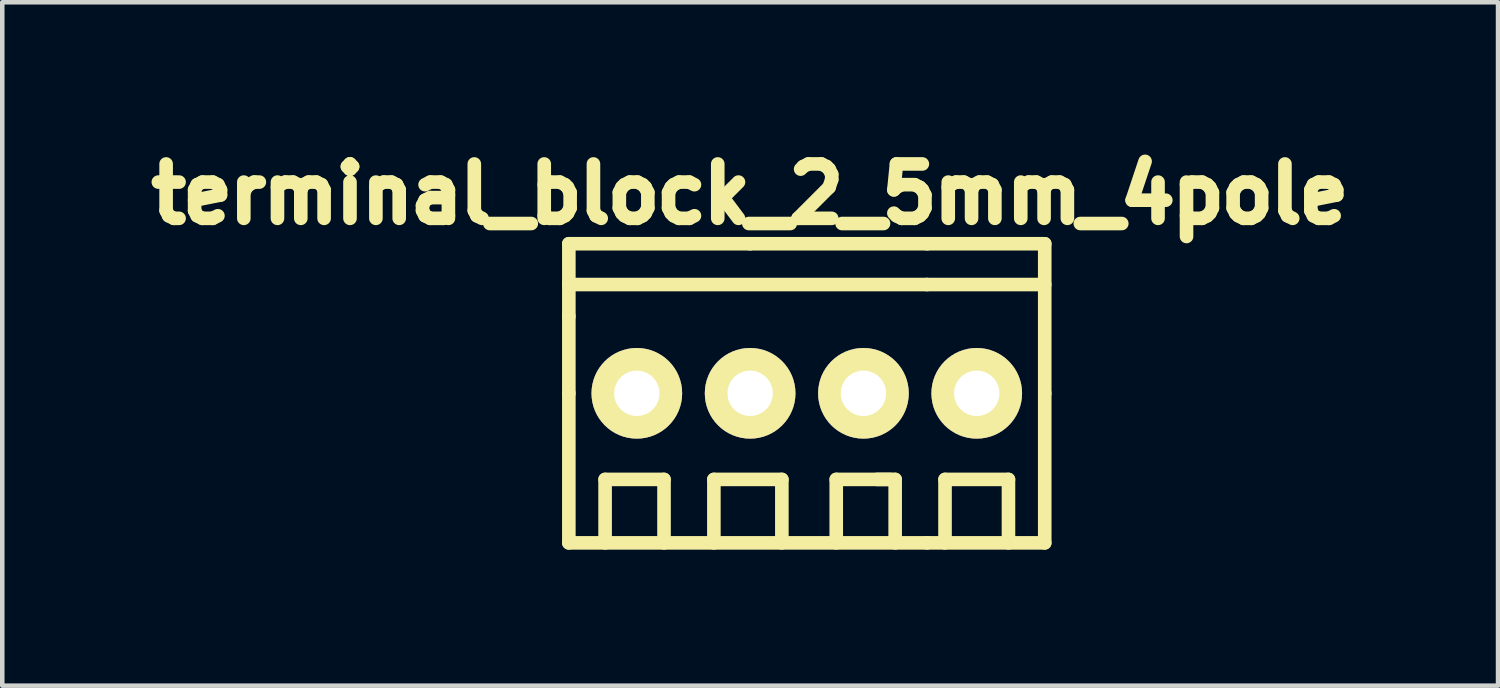
<source format=kicad_pcb>
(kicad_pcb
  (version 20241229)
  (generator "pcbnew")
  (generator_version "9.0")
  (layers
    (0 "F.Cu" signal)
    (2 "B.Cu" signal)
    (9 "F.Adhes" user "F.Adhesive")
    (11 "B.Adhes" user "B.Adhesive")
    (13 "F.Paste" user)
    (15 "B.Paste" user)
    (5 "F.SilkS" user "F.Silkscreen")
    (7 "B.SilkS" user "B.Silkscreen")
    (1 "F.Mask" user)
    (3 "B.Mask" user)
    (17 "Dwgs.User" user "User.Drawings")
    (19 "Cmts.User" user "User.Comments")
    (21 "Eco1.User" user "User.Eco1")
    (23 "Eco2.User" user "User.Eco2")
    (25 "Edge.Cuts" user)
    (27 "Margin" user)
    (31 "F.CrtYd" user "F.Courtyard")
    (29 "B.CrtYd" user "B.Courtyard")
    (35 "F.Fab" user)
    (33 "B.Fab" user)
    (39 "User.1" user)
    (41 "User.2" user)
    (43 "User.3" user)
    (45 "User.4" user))
  (footprint "terminal_block_2_5mm_4pole"
    (layer "F.Cu")
    (at 13.501 5.628)
    (property "Reference" "terminal_block_2_5mm_4pole" (at 0 -4.4 0) (layer "F.SilkS") (effects (font (size 1.2 1.2) (thickness 0.3))))
    (attr through_hole)
    (fp_line (start -4 -3.3) (end -4 -1.7) (stroke (width 0.3) (type solid)) (layer "F.SilkS"))
    (fp_line (start -4 -2.4) (end 3.9 -2.4) (stroke (width 0.3) (type solid)) (layer "F.SilkS"))
    (fp_line (start -4 0) (end -4 -1.7) (stroke (width 0.3) (type solid)) (layer "F.SilkS"))
    (fp_line (start -4 3.3) (end -4 0) (stroke (width 0.3) (type solid)) (layer "F.SilkS"))
    (fp_line (start -3.2 1.9) (end -1.9 1.9) (stroke (width 0.3) (type solid)) (layer "F.SilkS"))
    (fp_line (start -3.2 3.3) (end -3.2 1.9) (stroke (width 0.3) (type solid)) (layer "F.SilkS"))
    (fp_line (start -1.9 1.9) (end -1.9 3.3) (stroke (width 0.3) (type solid)) (layer "F.SilkS"))
    (fp_line (start -0.8 1.9) (end -0.8 3.3) (stroke (width 0.3) (type solid)) (layer "F.SilkS"))
    (fp_line (start -0.8 1.9) (end 0.7 1.9) (stroke (width 0.3) (type solid)) (layer "F.SilkS"))
    (fp_line (start 0 -3.3) (end -4 -3.3) (stroke (width 0.3) (type solid)) (layer "F.SilkS"))
    (fp_line (start 0 -3.3) (end 3.9 -3.3) (stroke (width 0.3) (type solid)) (layer "F.SilkS"))
    (fp_line (start 0.7 1.9) (end 0.7 3.3) (stroke (width 0.3) (type solid)) (layer "F.SilkS"))
    (fp_line (start 1.9 1.9) (end 1.9 3.3) (stroke (width 0.3) (type solid)) (layer "F.SilkS"))
    (fp_line (start 1.9 1.9) (end 3.1 1.9) (stroke (width 0.3) (type solid)) (layer "F.SilkS"))
    (fp_line (start 2.8 1.9) (end 3.2 1.9) (stroke (width 0.3) (type solid)) (layer "F.SilkS"))
    (fp_line (start 3.2 1.9) (end 3.2 3.3) (stroke (width 0.3) (type solid)) (layer "F.SilkS"))
    (fp_line (start 3.9 -3.3) (end 6.5 -3.3) (stroke (width 0.3) (type solid)) (layer "F.SilkS"))
    (fp_line (start 3.9 -2.4) (end 6.5 -2.4) (stroke (width 0.3) (type solid)) (layer "F.SilkS"))
    (fp_line (start 3.9 3.3) (end -4 3.3) (stroke (width 0.3) (type solid)) (layer "F.SilkS"))
    (fp_line (start 3.9 3.3) (end 6.5 3.3) (stroke (width 0.3) (type solid)) (layer "F.SilkS"))
    (fp_line (start 4.3 1.9) (end 4.3 3.3) (stroke (width 0.3) (type solid)) (layer "F.SilkS"))
    (fp_line (start 4.3 1.9) (end 5.7 1.9) (stroke (width 0.3) (type solid)) (layer "F.SilkS"))
    (fp_line (start 5.7 1.9) (end 5.7 3.3) (stroke (width 0.3) (type solid)) (layer "F.SilkS"))
    (fp_line (start 6.5 0) (end 6.5 -3.3) (stroke (width 0.3) (type solid)) (layer "F.SilkS"))
    (fp_line (start 6.5 3.3) (end 6.5 0) (stroke (width 0.3) (type solid)) (layer "F.SilkS"))
    (pad "1" thru_hole circle (at -2.5 0) (size 2 2) (drill 1) (layers "*.Cu" "*.Mask" "F.SilkS"))
    (pad "2" thru_hole circle (at 0 0) (size 2 2) (drill 1) (layers "*.Cu" "*.Mask" "F.SilkS"))
    (pad "3" thru_hole circle (at 2.5 0) (size 2 2) (drill 1) (layers "*.Cu" "*.Mask" "F.SilkS"))
    (pad "4" thru_hole circle (at 5 0) (size 2 2) (drill 1) (layers "*.Cu" "*.Mask" "F.SilkS")))
  (gr_rect
    (start -3 -3)
    (end 30.003 12.079)
    (stroke (width 0.1) (type default))
    (fill no)
    (layer "Edge.Cuts")))
</source>
